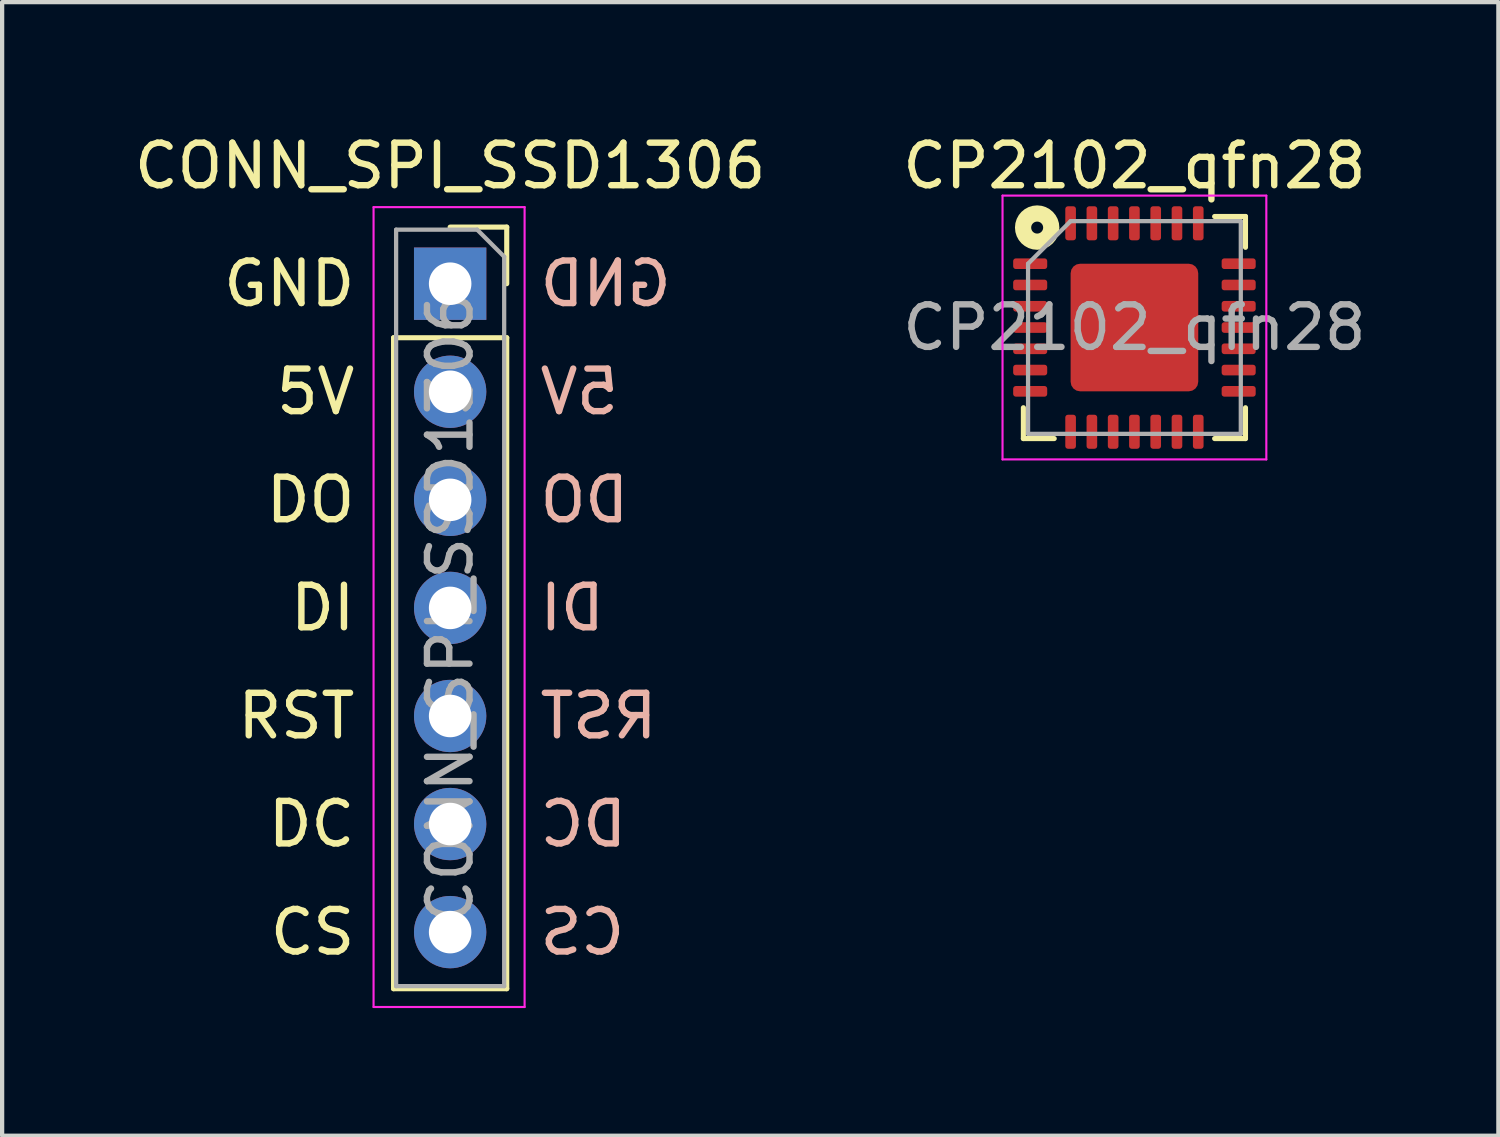
<source format=kicad_pcb>
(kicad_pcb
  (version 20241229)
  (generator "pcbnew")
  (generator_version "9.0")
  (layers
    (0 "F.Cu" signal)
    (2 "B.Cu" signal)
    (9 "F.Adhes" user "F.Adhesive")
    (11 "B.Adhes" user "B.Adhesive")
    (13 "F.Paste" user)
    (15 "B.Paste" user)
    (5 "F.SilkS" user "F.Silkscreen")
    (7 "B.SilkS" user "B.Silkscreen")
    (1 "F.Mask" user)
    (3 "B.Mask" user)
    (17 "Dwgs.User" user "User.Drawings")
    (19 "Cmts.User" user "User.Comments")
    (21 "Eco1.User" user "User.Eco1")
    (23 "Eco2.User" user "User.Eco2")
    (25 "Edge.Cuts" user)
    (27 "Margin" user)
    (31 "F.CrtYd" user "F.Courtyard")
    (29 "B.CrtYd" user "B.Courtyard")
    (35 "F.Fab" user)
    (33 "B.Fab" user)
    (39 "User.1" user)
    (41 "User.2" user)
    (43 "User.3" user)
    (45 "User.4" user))
  (footprint "CONN_SPI_SSD1306"
    (layer "F.Cu")
    (at 7.53 3.618)
    (property "Reference" "CONN_SPI_SSD1306" (at 0 -2.77 0) (layer "F.SilkS") (effects (font (size 1 1) (thickness 0.15))))
    (attr through_hole)
    (fp_line (start -1.33 1.27) (end -1.33 16.57) (stroke (width 0.12) (type solid)) (layer "F.SilkS"))
    (fp_line (start -1.33 1.27) (end 1.33 1.27) (stroke (width 0.12) (type solid)) (layer "F.SilkS"))
    (fp_line (start -1.33 16.57) (end 1.33 16.57) (stroke (width 0.12) (type solid)) (layer "F.SilkS"))
    (fp_line (start 0 -1.33) (end 1.33 -1.33) (stroke (width 0.12) (type solid)) (layer "F.SilkS"))
    (fp_line (start 1.33 -1.33) (end 1.33 0) (stroke (width 0.12) (type solid)) (layer "F.SilkS"))
    (fp_line (start 1.33 1.27) (end 1.33 16.57) (stroke (width 0.12) (type solid)) (layer "F.SilkS"))
    (fp_line (start -1.8 -1.8) (end 1.75 -1.8) (stroke (width 0.05) (type solid)) (layer "F.CrtYd"))
    (fp_line (start -1.8 17) (end -1.8 -1.8) (stroke (width 0.05) (type solid)) (layer "F.CrtYd"))
    (fp_line (start 1.75 -1.8) (end 1.75 17) (stroke (width 0.05) (type solid)) (layer "F.CrtYd"))
    (fp_line (start 1.75 17) (end -1.8 17) (stroke (width 0.05) (type solid)) (layer "F.CrtYd"))
    (fp_line (start -1.27 -1.27) (end 0.635 -1.27) (stroke (width 0.1) (type solid)) (layer "F.Fab"))
    (fp_line (start -1.27 16.51) (end -1.27 -1.27) (stroke (width 0.1) (type solid)) (layer "F.Fab"))
    (fp_line (start 0.635 -1.27) (end 1.27 -0.635) (stroke (width 0.1) (type solid)) (layer "F.Fab"))
    (fp_line (start 1.27 -0.635) (end 1.27 16.51) (stroke (width 0.1) (type solid)) (layer "F.Fab"))
    (fp_line (start 1.27 16.51) (end -1.27 16.51) (stroke (width 0.1) (type solid)) (layer "F.Fab"))
    (fp_text user "GND" (at -2.159 0 0) (layer "F.SilkS") (effects (font (size 1 1) (thickness 0.15)) (justify right)))
    (fp_text user "DI" (at -2.159 7.62 0) (layer "F.SilkS") (effects (font (size 1 1) (thickness 0.15)) (justify right)))
    (fp_text user "DO" (at -2.159 5.08 0) (layer "F.SilkS") (effects (font (size 1 1) (thickness 0.15)) (justify right)))
    (fp_text user "DC" (at -2.159 12.7 0) (layer "F.SilkS") (effects (font (size 1 1) (thickness 0.15)) (justify right)))
    (fp_text user "CS" (at -2.159 15.24 0) (layer "F.SilkS") (effects (font (size 1 1) (thickness 0.15)) (justify right)))
    (fp_text user "5V" (at -2.159 2.54 0) (layer "F.SilkS") (effects (font (size 1 1) (thickness 0.15)) (justify right)))
    (fp_text user "RST" (at -2.159 10.16 0) (layer "F.SilkS") (effects (font (size 1 1) (thickness 0.15)) (justify right)))
    (fp_text user "DO" (at 2.032 5.08 0) (layer "B.SilkS") (effects (font (size 1 1) (thickness 0.15)) (justify right mirror)))
    (fp_text user "CS" (at 2.032 15.24 0) (layer "B.SilkS") (effects (font (size 1 1) (thickness 0.15)) (justify right mirror)))
    (fp_text user "GND" (at 2.032 0 0) (layer "B.SilkS") (effects (font (size 1 1) (thickness 0.15)) (justify right mirror)))
    (fp_text user "RST" (at 2.032 10.16 0) (layer "B.SilkS") (effects (font (size 1 1) (thickness 0.15)) (justify right mirror)))
    (fp_text user "5V" (at 2.032 2.54 0) (layer "B.SilkS") (effects (font (size 1 1) (thickness 0.15)) (justify right mirror)))
    (fp_text user "DC" (at 2.032 12.7 0) (layer "B.SilkS") (effects (font (size 1 1) (thickness 0.15)) (justify right mirror)))
    (fp_text user "DI" (at 2.032 7.62 0) (layer "B.SilkS") (effects (font (size 1 1) (thickness 0.15)) (justify right mirror)))
    (fp_text user "${REFERENCE}" (at 0 7.62 90) (layer "F.Fab") (effects (font (size 1 1) (thickness 0.15))))
    (pad "5V" thru_hole oval (at 0 2.54) (size 1.7 1.7) (drill 1) (layers "*.Cu" "*.Mask"))
    (pad "CS" thru_hole oval (at 0 15.24) (size 1.7 1.7) (drill 1) (layers "*.Cu" "*.Mask"))
    (pad "DC" thru_hole oval (at 0 12.7) (size 1.7 1.7) (drill 1) (layers "*.Cu" "*.Mask"))
    (pad "DI" thru_hole oval (at 0 7.62) (size 1.7 1.7) (drill 1) (layers "*.Cu" "*.Mask"))
    (pad "DO" thru_hole oval (at 0 5.08) (size 1.7 1.7) (drill 1) (layers "*.Cu" "*.Mask"))
    (pad "GND" thru_hole rect (at 0 0) (size 1.7 1.7) (drill 1) (layers "*.Cu" "*.Mask"))
    (pad "RST" thru_hole oval (at 0 10.16) (size 1.7 1.7) (drill 1) (layers "*.Cu" "*.Mask")))
  (footprint "CP2102_qfn28"
    (layer "F.Cu")
    (at 23.613 4.648)
    (property "Reference" "CP2102_qfn28" (at 0 -3.8 0) (layer "F.SilkS") (effects (font (size 1 1) (thickness 0.15))))
    (attr smd)
    (fp_line (start -2.61 2.61) (end -2.61 1.885) (stroke (width 0.12) (type solid)) (layer "F.SilkS"))
    (fp_line (start -1.885 2.61) (end -2.61 2.61) (stroke (width 0.12) (type solid)) (layer "F.SilkS"))
    (fp_line (start 1.885 -2.61) (end 2.61 -2.61) (stroke (width 0.12) (type solid)) (layer "F.SilkS"))
    (fp_line (start 1.885 2.61) (end 2.61 2.61) (stroke (width 0.12) (type solid)) (layer "F.SilkS"))
    (fp_line (start 2.61 -2.61) (end 2.61 -1.885) (stroke (width 0.12) (type solid)) (layer "F.SilkS"))
    (fp_line (start 2.61 2.61) (end 2.61 1.885) (stroke (width 0.12) (type solid)) (layer "F.SilkS"))
    (fp_circle (center -2.286 -2.349) (end -2.223 -2.223) (stroke (width 0.381) (type solid)) (fill no) (layer "F.SilkS"))
    (fp_line (start -3.1 -3.1) (end -3.1 3.1) (stroke (width 0.05) (type solid)) (layer "F.CrtYd"))
    (fp_line (start -3.1 3.1) (end 3.1 3.1) (stroke (width 0.05) (type solid)) (layer "F.CrtYd"))
    (fp_line (start 3.1 -3.1) (end -3.1 -3.1) (stroke (width 0.05) (type solid)) (layer "F.CrtYd"))
    (fp_line (start 3.1 3.1) (end 3.1 -3.1) (stroke (width 0.05) (type solid)) (layer "F.CrtYd"))
    (fp_line (start -2.5 -1.5) (end -1.5 -2.5) (stroke (width 0.1) (type solid)) (layer "F.Fab"))
    (fp_line (start -2.5 2.5) (end -2.5 -1.5) (stroke (width 0.1) (type solid)) (layer "F.Fab"))
    (fp_line (start -1.5 -2.5) (end 2.5 -2.5) (stroke (width 0.1) (type solid)) (layer "F.Fab"))
    (fp_line (start 2.5 -2.5) (end 2.5 2.5) (stroke (width 0.1) (type solid)) (layer "F.Fab"))
    (fp_line (start 2.5 2.5) (end -2.5 2.5) (stroke (width 0.1) (type solid)) (layer "F.Fab"))
    (fp_text user "${REFERENCE}" (at 0 0 0) (layer "F.Fab") (effects (font (size 1 1) (thickness 0.15))))
    (pad "1" smd roundrect (at -2.45 -1.5) (size 0.8 0.25) (layers "F.Cu" "F.Mask" "F.Paste") (roundrect_rratio 0.25))
    (pad "2" smd roundrect (at -2.45 -1) (size 0.8 0.25) (layers "F.Cu" "F.Mask" "F.Paste") (roundrect_rratio 0.25))
    (pad "3" smd roundrect (at -2.45 -0.5) (size 0.8 0.25) (layers "F.Cu" "F.Mask" "F.Paste") (roundrect_rratio 0.25))
    (pad "4" smd roundrect (at -2.45 0) (size 0.8 0.25) (layers "F.Cu" "F.Mask" "F.Paste") (roundrect_rratio 0.25))
    (pad "5" smd roundrect (at -2.45 0.5) (size 0.8 0.25) (layers "F.Cu" "F.Mask" "F.Paste") (roundrect_rratio 0.25))
    (pad "6" smd roundrect (at -2.45 1) (size 0.8 0.25) (layers "F.Cu" "F.Mask" "F.Paste") (roundrect_rratio 0.25))
    (pad "7" smd roundrect (at -2.45 1.5) (size 0.8 0.25) (layers "F.Cu" "F.Mask" "F.Paste") (roundrect_rratio 0.25))
    (pad "8" smd roundrect (at -1.5 2.45) (size 0.25 0.8) (layers "F.Cu" "F.Mask" "F.Paste") (roundrect_rratio 0.25))
    (pad "9" smd roundrect (at -1 2.45) (size 0.25 0.8) (layers "F.Cu" "F.Mask" "F.Paste") (roundrect_rratio 0.25))
    (pad "10" smd roundrect (at -0.5 2.45) (size 0.25 0.8) (layers "F.Cu" "F.Mask" "F.Paste") (roundrect_rratio 0.25))
    (pad "11" smd roundrect (at 0 2.45) (size 0.25 0.8) (layers "F.Cu" "F.Mask" "F.Paste") (roundrect_rratio 0.25))
    (pad "12" smd roundrect (at 0.5 2.45) (size 0.25 0.8) (layers "F.Cu" "F.Mask" "F.Paste") (roundrect_rratio 0.25))
    (pad "13" smd roundrect (at 1 2.45) (size 0.25 0.8) (layers "F.Cu" "F.Mask" "F.Paste") (roundrect_rratio 0.25))
    (pad "14" smd roundrect (at 1.5 2.45) (size 0.25 0.8) (layers "F.Cu" "F.Mask" "F.Paste") (roundrect_rratio 0.25))
    (pad "15" smd roundrect (at 2.45 1.5) (size 0.8 0.25) (layers "F.Cu" "F.Mask" "F.Paste") (roundrect_rratio 0.25))
    (pad "16" smd roundrect (at 2.45 1) (size 0.8 0.25) (layers "F.Cu" "F.Mask" "F.Paste") (roundrect_rratio 0.25))
    (pad "17" smd roundrect (at 2.45 0.5) (size 0.8 0.25) (layers "F.Cu" "F.Mask" "F.Paste") (roundrect_rratio 0.25))
    (pad "18" smd roundrect (at 2.45 0) (size 0.8 0.25) (layers "F.Cu" "F.Mask" "F.Paste") (roundrect_rratio 0.25))
    (pad "19" smd roundrect (at 2.45 -0.5) (size 0.8 0.25) (layers "F.Cu" "F.Mask" "F.Paste") (roundrect_rratio 0.25))
    (pad "20" smd roundrect (at 2.45 -1) (size 0.8 0.25) (layers "F.Cu" "F.Mask" "F.Paste") (roundrect_rratio 0.25))
    (pad "21" smd roundrect (at 2.45 -1.5) (size 0.8 0.25) (layers "F.Cu" "F.Mask" "F.Paste") (roundrect_rratio 0.25))
    (pad "22" smd roundrect (at 1.5 -2.45) (size 0.25 0.8) (layers "F.Cu" "F.Mask" "F.Paste") (roundrect_rratio 0.25))
    (pad "23" smd roundrect (at 1 -2.45) (size 0.25 0.8) (layers "F.Cu" "F.Mask" "F.Paste") (roundrect_rratio 0.25))
    (pad "24" smd roundrect (at 0.5 -2.45) (size 0.25 0.8) (layers "F.Cu" "F.Mask" "F.Paste") (roundrect_rratio 0.25))
    (pad "25" smd roundrect (at 0 -2.45) (size 0.25 0.8) (layers "F.Cu" "F.Mask" "F.Paste") (roundrect_rratio 0.25))
    (pad "26" smd roundrect (at -0.5 -2.45) (size 0.25 0.8) (layers "F.Cu" "F.Mask" "F.Paste") (roundrect_rratio 0.25))
    (pad "27" smd roundrect (at -1 -2.45) (size 0.25 0.8) (layers "F.Cu" "F.Mask" "F.Paste") (roundrect_rratio 0.25))
    (pad "28" smd roundrect (at -1.5 -2.45) (size 0.25 0.8) (layers "F.Cu" "F.Mask" "F.Paste") (roundrect_rratio 0.25))
    (pad "29" smd roundrect (at 0 0) (size 3 3) (layers "F.Cu" "F.Mask") (roundrect_rratio 0.075)))
  (gr_rect
    (start -3 -3)
    (end 32.167 23.643)
    (stroke (width 0.1) (type default))
    (fill no)
    (layer "Edge.Cuts")))
</source>
